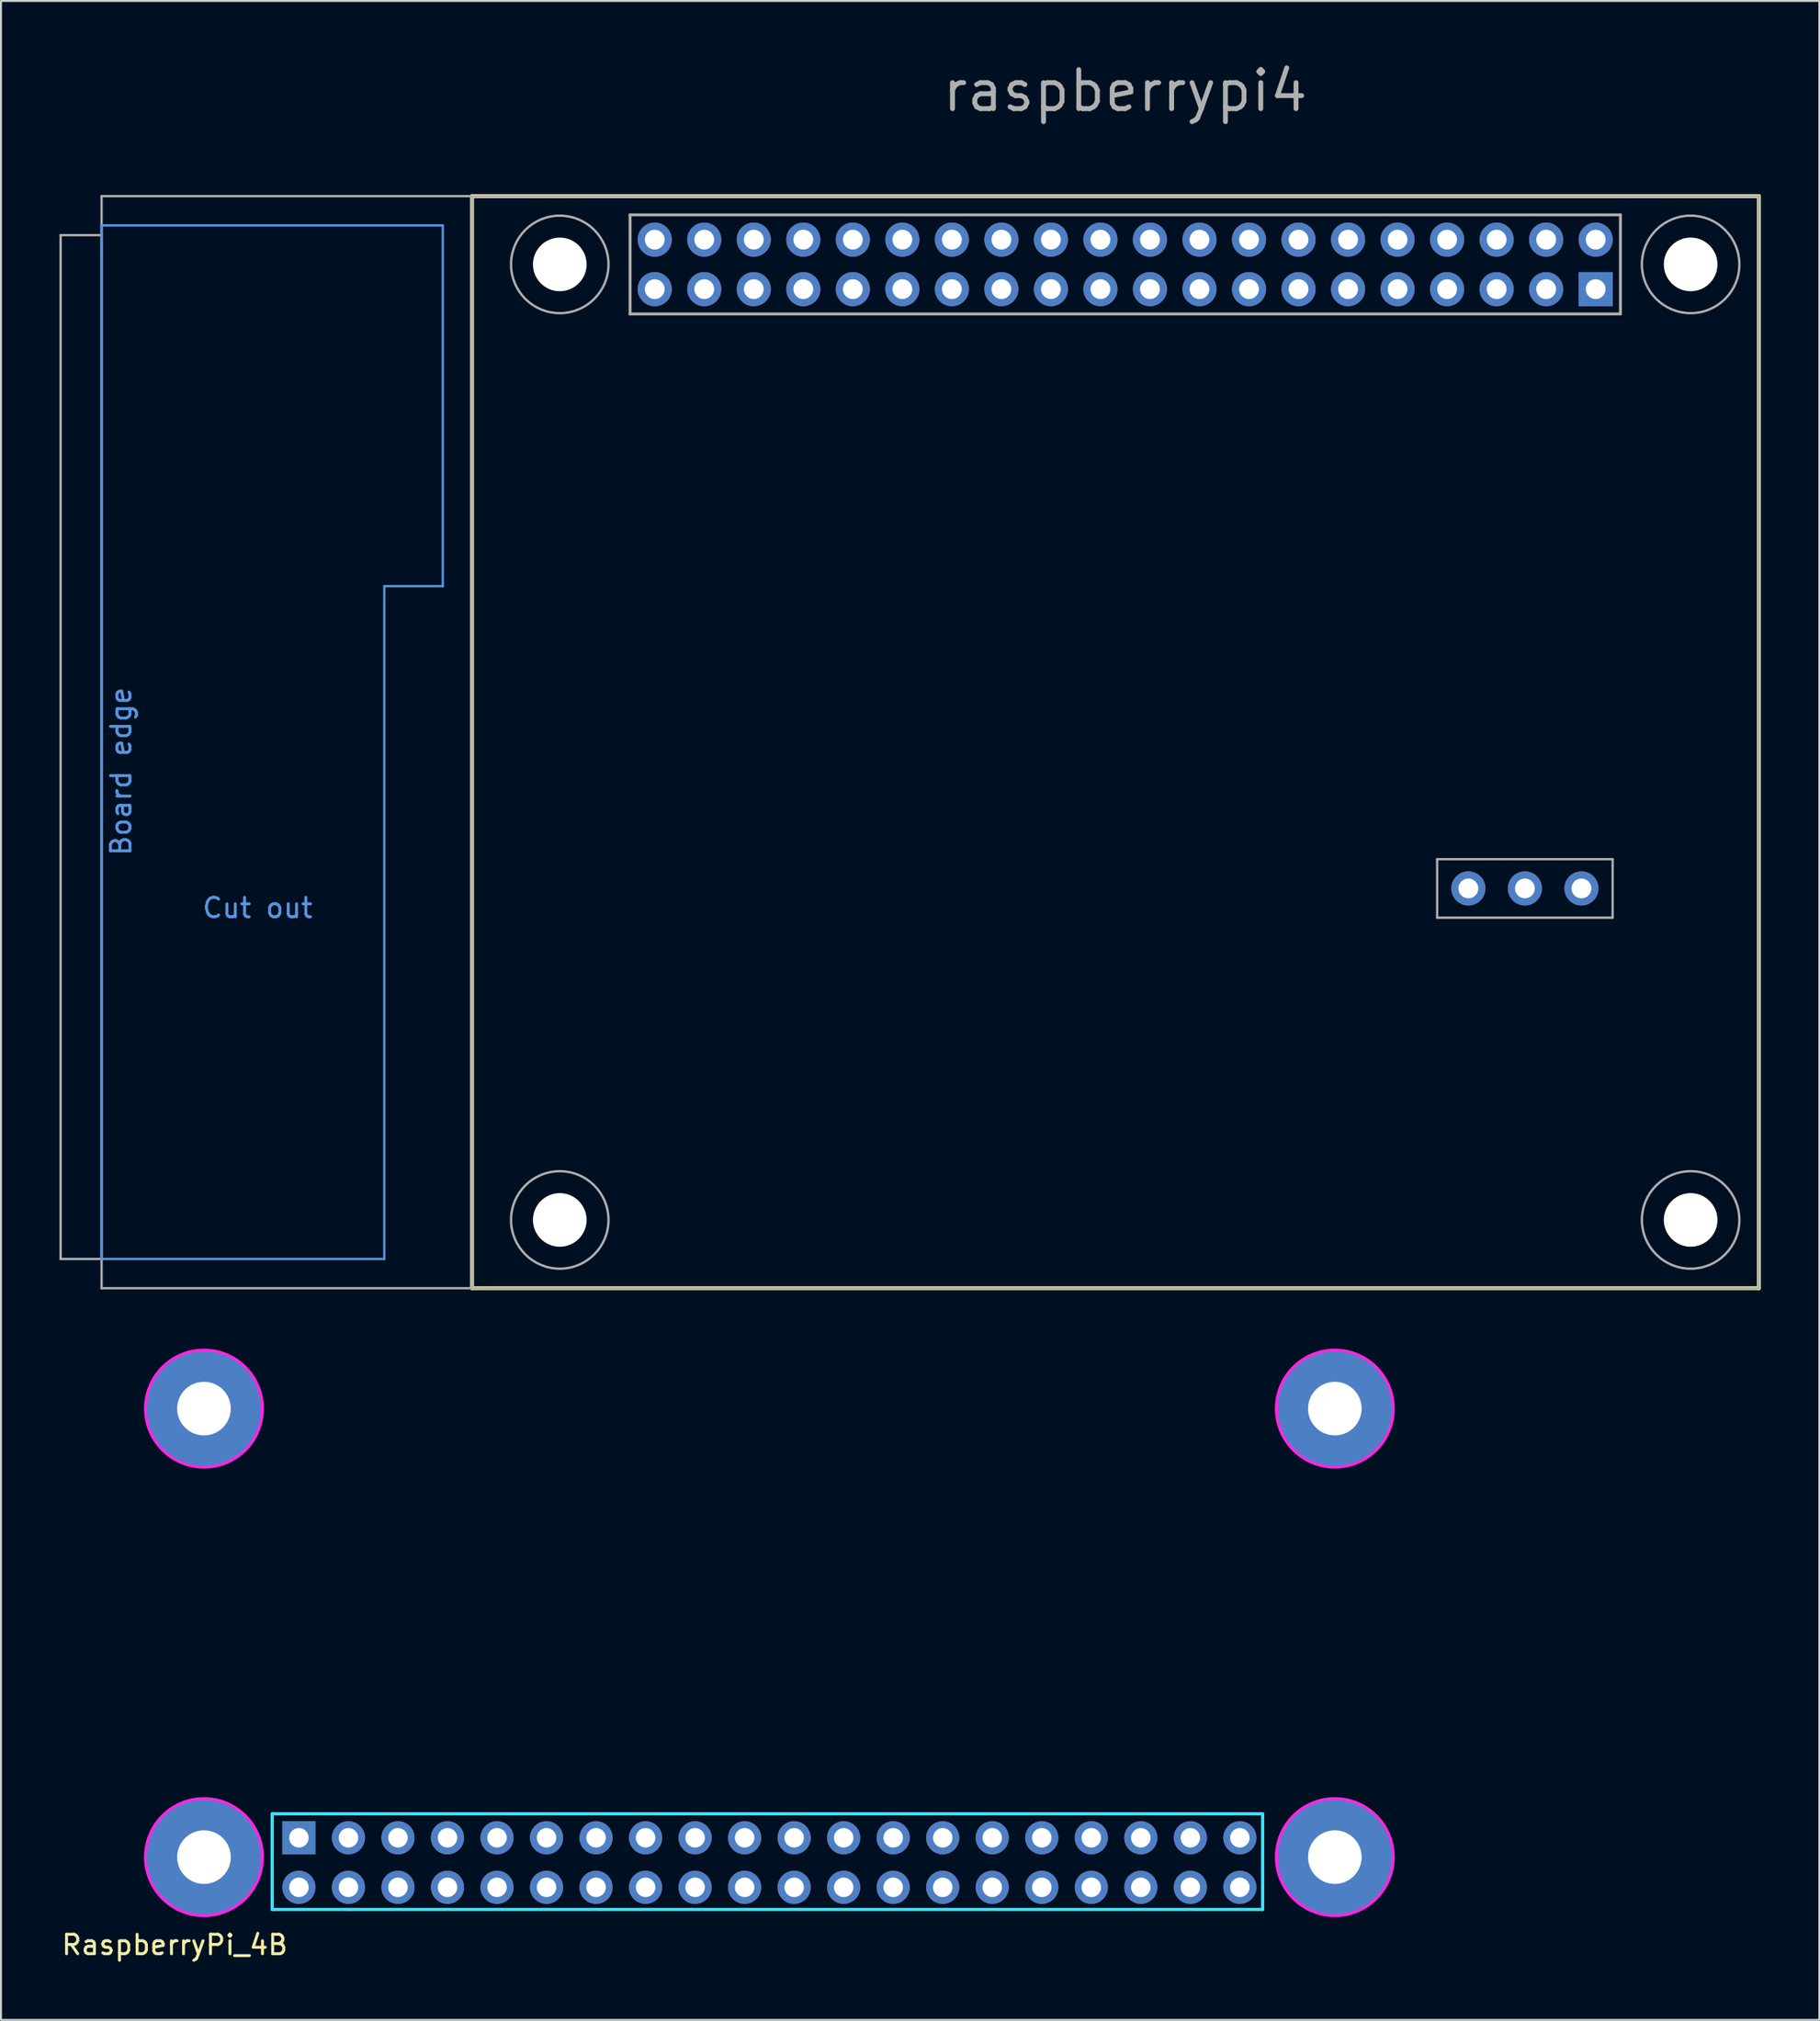
<source format=kicad_pcb>
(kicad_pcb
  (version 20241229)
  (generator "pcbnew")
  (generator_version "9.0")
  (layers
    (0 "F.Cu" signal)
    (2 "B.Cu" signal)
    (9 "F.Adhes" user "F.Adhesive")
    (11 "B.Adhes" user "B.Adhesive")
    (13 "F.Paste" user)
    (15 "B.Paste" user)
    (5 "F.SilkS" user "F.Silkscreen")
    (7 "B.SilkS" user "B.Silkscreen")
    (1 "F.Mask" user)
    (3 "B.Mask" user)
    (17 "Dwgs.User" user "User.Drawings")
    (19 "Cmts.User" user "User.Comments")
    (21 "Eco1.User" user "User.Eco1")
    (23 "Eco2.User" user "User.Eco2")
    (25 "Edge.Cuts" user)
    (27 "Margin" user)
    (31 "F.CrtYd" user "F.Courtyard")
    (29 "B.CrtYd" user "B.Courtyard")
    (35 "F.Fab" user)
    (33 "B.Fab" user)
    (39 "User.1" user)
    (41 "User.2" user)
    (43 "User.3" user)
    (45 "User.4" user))
  (footprint "raspberrypi4"
    (layer "F.Cu")
    (at 54.66 10.509)
    (property "Reference" "raspberrypi4" (at 0 -8.9 0) (layer "F.Fab") (effects (font (size 2 2) (thickness 0.25))))
    (attr through_hole)
    (fp_line (start -33.5 -3.5) (end -33.5 52.5) (stroke (width 0.2) (type solid)) (layer "F.SilkS"))
    (fp_line (start -33.5 -3.5) (end 32.5 -3.5) (stroke (width 0.2) (type solid)) (layer "F.SilkS"))
    (fp_line (start -33.5 52.5) (end 32.5 52.5) (stroke (width 0.2) (type solid)) (layer "F.SilkS"))
    (fp_line (start 32.5 -3.5) (end 32.5 52.5) (stroke (width 0.2) (type solid)) (layer "F.SilkS"))
    (fp_line (start -52.5 51) (end -52.5 -2) (stroke (width 0.12) (type solid)) (layer "Cmts.User"))
    (fp_line (start -38 16.5) (end -38 51) (stroke (width 0.12) (type solid)) (layer "Cmts.User"))
    (fp_line (start -38 16.5) (end -35 16.5) (stroke (width 0.12) (type solid)) (layer "Cmts.User"))
    (fp_line (start -38 51) (end -52.5 51) (stroke (width 0.12) (type solid)) (layer "Cmts.User"))
    (fp_line (start -35 -2) (end -52.5 -2) (stroke (width 0.12) (type solid)) (layer "Cmts.User"))
    (fp_line (start -35 -2) (end -35 16.5) (stroke (width 0.12) (type solid)) (layer "Cmts.User"))
    (fp_line (start -54.6 -1.5) (end -52.5 -1.5) (stroke (width 0.12) (type solid)) (layer "F.Fab"))
    (fp_line (start -54.6 51) (end -54.6 -1.5) (stroke (width 0.12) (type solid)) (layer "F.Fab"))
    (fp_line (start -52.5 -3.5) (end -52.5 52.5) (stroke (width 0.12) (type solid)) (layer "F.Fab"))
    (fp_line (start -52.5 51) (end -54.6 51) (stroke (width 0.12) (type solid)) (layer "F.Fab"))
    (fp_line (start -33.5 -3.5) (end -52.5 -3.5) (stroke (width 0.12) (type solid)) (layer "F.Fab"))
    (fp_line (start -33.5 -3.5) (end -33.5 52.5) (stroke (width 0.12) (type solid)) (layer "F.Fab"))
    (fp_line (start -33.5 52.5) (end -52.5 52.5) (stroke (width 0.12) (type solid)) (layer "F.Fab"))
    (fp_line (start -25.4 -2.54) (end 25.4 -2.54) (stroke (width 0.15) (type solid)) (layer "F.Fab"))
    (fp_line (start -25.395 -2.54) (end -25.395 2.54) (stroke (width 0.15) (type solid)) (layer "F.Fab"))
    (fp_line (start 16 30.5) (end 16 33.5) (stroke (width 0.12) (type solid)) (layer "F.Fab"))
    (fp_line (start 16 33.5) (end 25 33.5) (stroke (width 0.12) (type solid)) (layer "F.Fab"))
    (fp_line (start 25 30.5) (end 16 30.5) (stroke (width 0.12) (type solid)) (layer "F.Fab"))
    (fp_line (start 25 33.5) (end 25 30.5) (stroke (width 0.12) (type solid)) (layer "F.Fab"))
    (fp_line (start 25.4 2.54) (end -25.4 2.54) (stroke (width 0.15) (type solid)) (layer "F.Fab"))
    (fp_line (start 25.4 2.54) (end 25.4 -2.54) (stroke (width 0.15) (type solid)) (layer "F.Fab"))
    (fp_line (start 32.5 -3.5) (end -33.5 -3.5) (stroke (width 0.12) (type solid)) (layer "F.Fab"))
    (fp_line (start 32.5 -3.5) (end 32.5 52.5) (stroke (width 0.12) (type solid)) (layer "F.Fab"))
    (fp_line (start 32.5 52.5) (end -33.5 52.5) (stroke (width 0.12) (type solid)) (layer "F.Fab"))
    (fp_circle (center -29 0) (end -26.5 0) (stroke (width 0.12) (type solid)) (fill no) (layer "F.Fab"))
    (fp_circle (center -29 49) (end -26.5 49) (stroke (width 0.12) (type solid)) (fill no) (layer "F.Fab"))
    (fp_circle (center 29 0) (end 31.5 0) (stroke (width 0.12) (type solid)) (fill no) (layer "F.Fab"))
    (fp_circle (center 29 49) (end 31.5 49) (stroke (width 0.12) (type solid)) (fill no) (layer "F.Fab"))
    (fp_text user "Cut out" (at -44.5 33 0) (layer "Cmts.User") (effects (font (size 1 1) (thickness 0.15))))
    (fp_text user "Board edge" (at -51.5 26 90) (layer "Cmts.User") (effects (font (size 1 1) (thickness 0.15))))
    (pad "" np_thru_hole circle (at -29 0) (size 2.75 2.75) (drill 2.75) (layers "*.Cu" "*.Mask"))
    (pad "" np_thru_hole circle (at -29 49) (size 2.75 2.75) (drill 2.75) (layers "*.Cu" "*.Mask"))
    (pad "" np_thru_hole circle (at 29 0) (size 2.75 2.75) (drill 2.75) (layers "*.Cu" "*.Mask"))
    (pad "" np_thru_hole circle (at 29 49) (size 2.75 2.75) (drill 2.75) (layers "*.Cu" "*.Mask"))
    (pad "1" thru_hole rect (at 24.13 1.27 180) (size 1.75 1.75) (drill 1.016) (layers "*.Cu" "*.Mask"))
    (pad "2" thru_hole circle (at 24.13 -1.27 180) (size 1.75 1.75) (drill 1.016) (layers "*.Cu" "*.Mask"))
    (pad "3" thru_hole circle (at 21.59 1.27 180) (size 1.75 1.75) (drill 1.016) (layers "*.Cu" "*.Mask"))
    (pad "4" thru_hole circle (at 21.59 -1.27 180) (size 1.75 1.75) (drill 1.016) (layers "*.Cu" "*.Mask"))
    (pad "5" thru_hole circle (at 19.05 1.27 180) (size 1.75 1.75) (drill 1.016) (layers "*.Cu" "*.Mask"))
    (pad "6" thru_hole circle (at 19.05 -1.27 180) (size 1.75 1.75) (drill 1.016) (layers "*.Cu" "*.Mask"))
    (pad "7" thru_hole circle (at 16.51 1.27 180) (size 1.75 1.75) (drill 1.016) (layers "*.Cu" "*.Mask"))
    (pad "8" thru_hole circle (at 16.51 -1.27 180) (size 1.75 1.75) (drill 1.016) (layers "*.Cu" "*.Mask"))
    (pad "9" thru_hole circle (at 13.97 1.27 180) (size 1.75 1.75) (drill 1.016) (layers "*.Cu" "*.Mask"))
    (pad "10" thru_hole circle (at 13.97 -1.27 180) (size 1.75 1.75) (drill 1.016) (layers "*.Cu" "*.Mask"))
    (pad "11" thru_hole circle (at 11.43 1.27 180) (size 1.75 1.75) (drill 1.016) (layers "*.Cu" "*.Mask"))
    (pad "12" thru_hole circle (at 11.43 -1.27 180) (size 1.75 1.75) (drill 1.016) (layers "*.Cu" "*.Mask"))
    (pad "13" thru_hole circle (at 8.89 1.27 180) (size 1.75 1.75) (drill 1.016) (layers "*.Cu" "*.Mask"))
    (pad "14" thru_hole circle (at 8.89 -1.27 180) (size 1.75 1.75) (drill 1.016) (layers "*.Cu" "*.Mask"))
    (pad "15" thru_hole circle (at 6.35 1.27 180) (size 1.75 1.75) (drill 1.016) (layers "*.Cu" "*.Mask"))
    (pad "16" thru_hole circle (at 6.35 -1.27 180) (size 1.75 1.75) (drill 1.016) (layers "*.Cu" "*.Mask"))
    (pad "17" thru_hole circle (at 3.81 1.27 180) (size 1.75 1.75) (drill 1.016) (layers "*.Cu" "*.Mask"))
    (pad "18" thru_hole circle (at 3.81 -1.27 180) (size 1.75 1.75) (drill 1.016) (layers "*.Cu" "*.Mask"))
    (pad "19" thru_hole circle (at 1.27 1.27 180) (size 1.75 1.75) (drill 1.016) (layers "*.Cu" "*.Mask"))
    (pad "20" thru_hole circle (at 1.27 -1.27 180) (size 1.75 1.75) (drill 1.016) (layers "*.Cu" "*.Mask"))
    (pad "21" thru_hole circle (at -1.27 1.27 180) (size 1.75 1.75) (drill 1.016) (layers "*.Cu" "*.Mask"))
    (pad "22" thru_hole circle (at -1.27 -1.27 180) (size 1.75 1.75) (drill 1.016) (layers "*.Cu" "*.Mask"))
    (pad "23" thru_hole circle (at -3.81 1.27 180) (size 1.75 1.75) (drill 1.016) (layers "*.Cu" "*.Mask"))
    (pad "24" thru_hole circle (at -3.81 -1.27 180) (size 1.75 1.75) (drill 1.016) (layers "*.Cu" "*.Mask"))
    (pad "25" thru_hole circle (at -6.35 1.27 180) (size 1.75 1.75) (drill 1.016) (layers "*.Cu" "*.Mask"))
    (pad "26" thru_hole circle (at -6.35 -1.27 180) (size 1.75 1.75) (drill 1.016) (layers "*.Cu" "*.Mask"))
    (pad "27" thru_hole circle (at -8.89 1.27 180) (size 1.75 1.75) (drill 1.016) (layers "*.Cu" "*.Mask"))
    (pad "28" thru_hole circle (at -8.89 -1.27 180) (size 1.75 1.75) (drill 1.016) (layers "*.Cu" "*.Mask"))
    (pad "29" thru_hole circle (at -11.43 1.27 180) (size 1.75 1.75) (drill 1.016) (layers "*.Cu" "*.Mask"))
    (pad "30" thru_hole circle (at -11.43 -1.27 180) (size 1.75 1.75) (drill 1.016) (layers "*.Cu" "*.Mask"))
    (pad "31" thru_hole circle (at -13.97 1.27 180) (size 1.75 1.75) (drill 1.016) (layers "*.Cu" "*.Mask"))
    (pad "32" thru_hole circle (at -13.97 -1.27 180) (size 1.75 1.75) (drill 1.016) (layers "*.Cu" "*.Mask"))
    (pad "33" thru_hole circle (at -16.51 1.27 180) (size 1.75 1.75) (drill 1.016) (layers "*.Cu" "*.Mask"))
    (pad "34" thru_hole circle (at -16.51 -1.27 180) (size 1.75 1.75) (drill 1.016) (layers "*.Cu" "*.Mask"))
    (pad "35" thru_hole circle (at -19.05 1.27 180) (size 1.75 1.75) (drill 1.016) (layers "*.Cu" "*.Mask"))
    (pad "36" thru_hole circle (at -19.05 -1.27 180) (size 1.75 1.75) (drill 1.016) (layers "*.Cu" "*.Mask"))
    (pad "37" thru_hole circle (at -21.59 1.27 180) (size 1.75 1.75) (drill 1.016) (layers "*.Cu" "*.Mask"))
    (pad "38" thru_hole circle (at -21.59 -1.27 180) (size 1.75 1.75) (drill 1.016) (layers "*.Cu" "*.Mask"))
    (pad "39" thru_hole circle (at -24.13 1.27 180) (size 1.75 1.75) (drill 1.016) (layers "*.Cu" "*.Mask"))
    (pad "40" thru_hole circle (at -24.13 -1.27 180) (size 1.75 1.75) (drill 1.016) (layers "*.Cu" "*.Mask"))
    (pad "41" thru_hole circle (at 17.6 32) (size 1.75 1.75) (drill 1.016) (layers "*.Cu" "*.Mask"))
    (pad "42" thru_hole circle (at 20.5 32) (size 1.75 1.75) (drill 1.016) (layers "*.Cu" "*.Mask"))
    (pad "43" thru_hole circle (at 23.4 32) (size 1.75 1.75) (drill 1.016) (layers "*.Cu" "*.Mask")))
  (footprint "RaspberryPi_4B"
    (layer "F.Cu")
    (at 3.911 95.684)
    (property "Reference" "RaspberryPi_4B" (at 2 1 0) (layer "F.SilkS") (effects (font (size 1 1) (thickness 0.15))))
    (attr through_hole)
    (fp_line (start 7 -5.719) (end 7 -0.819) (stroke (width 0.15) (type solid)) (layer "B.SilkS"))
    (fp_line (start 7 -0.819) (end 10.9 -0.819) (stroke (width 0.15) (type solid)) (layer "B.SilkS"))
    (fp_line (start 10.9 -0.819) (end 57.8 -0.819) (stroke (width 0.15) (type solid)) (layer "B.SilkS"))
    (fp_line (start 57.8 -5.719) (end 7 -5.719) (stroke (width 0.15) (type solid)) (layer "B.SilkS"))
    (fp_line (start 57.8 -0.819) (end 57.8 -5.719) (stroke (width 0.15) (type solid)) (layer "B.SilkS"))
    (fp_line (start 7 -5.719) (end 10.6 -5.719) (stroke (width 0.15) (type solid)) (layer "B.CrtYd"))
    (fp_line (start 7 -0.819) (end 7 -5.719) (stroke (width 0.15) (type solid)) (layer "B.CrtYd"))
    (fp_line (start 10.6 -5.719) (end 57.8 -5.719) (stroke (width 0.15) (type solid)) (layer "B.CrtYd"))
    (fp_line (start 57.8 -5.719) (end 57.8 -0.819) (stroke (width 0.15) (type solid)) (layer "B.CrtYd"))
    (fp_line (start 57.8 -0.819) (end 7 -0.819) (stroke (width 0.15) (type solid)) (layer "B.CrtYd"))
    (fp_circle (center 3.5 -26.5) (end 6.5 -26.5) (stroke (width 0.15) (type solid)) (fill no) (layer "F.CrtYd"))
    (fp_circle (center 3.5 -3.5) (end 6.5 -3.5) (stroke (width 0.15) (type solid)) (fill no) (layer "F.CrtYd"))
    (fp_circle (center 61.5 -26.5) (end 64.5 -26.5) (stroke (width 0.15) (type solid)) (fill no) (layer "F.CrtYd"))
    (fp_circle (center 61.5 -3.5) (end 64.5 -3.5) (stroke (width 0.15) (type solid)) (fill no) (layer "F.CrtYd"))
    (pad "0" thru_hole circle (at 3.5 -26.5) (size 6 6) (drill 2.75) (layers "*.Cu" "*.Mask"))
    (pad "0" thru_hole circle (at 3.5 -3.5) (size 6 6) (drill 2.75) (layers "*.Cu" "*.Mask"))
    (pad "0" thru_hole circle (at 61.5 -26.5) (size 6 6) (drill 2.75) (layers "*.Cu" "*.Mask"))
    (pad "0" thru_hole circle (at 61.5 -3.5) (size 6 6) (drill 2.75) (layers "*.Cu" "*.Mask"))
    (pad "1" thru_hole rect (at 8.37 -4.491) (size 1.7 1.7) (drill 1) (layers "*.Cu" "*.Paste" "*.Mask"))
    (pad "2" thru_hole circle (at 8.37 -1.951) (size 1.7 1.7) (drill 1) (layers "*.Cu" "*.Paste" "*.Mask"))
    (pad "3" thru_hole circle (at 10.91 -4.491) (size 1.7 1.7) (drill 1) (layers "*.Cu" "*.Paste" "*.Mask"))
    (pad "4" thru_hole circle (at 10.91 -1.951) (size 1.7 1.7) (drill 1) (layers "*.Cu" "*.Paste" "*.Mask"))
    (pad "5" thru_hole circle (at 13.45 -4.491) (size 1.7 1.7) (drill 1) (layers "*.Cu" "*.Paste" "*.Mask"))
    (pad "6" thru_hole circle (at 13.45 -1.951) (size 1.7 1.7) (drill 1) (layers "*.Cu" "*.Paste" "*.Mask"))
    (pad "7" thru_hole circle (at 15.99 -4.491) (size 1.7 1.7) (drill 1) (layers "*.Cu" "*.Paste" "*.Mask"))
    (pad "8" thru_hole circle (at 15.99 -1.951) (size 1.7 1.7) (drill 1) (layers "*.Cu" "*.Paste" "*.Mask"))
    (pad "9" thru_hole circle (at 18.53 -4.491) (size 1.7 1.7) (drill 1) (layers "*.Cu" "*.Paste" "*.Mask"))
    (pad "10" thru_hole circle (at 18.53 -1.951) (size 1.7 1.7) (drill 1) (layers "*.Cu" "*.Paste" "*.Mask"))
    (pad "11" thru_hole circle (at 21.07 -4.491) (size 1.7 1.7) (drill 1) (layers "*.Cu" "*.Paste" "*.Mask"))
    (pad "12" thru_hole circle (at 21.07 -1.951) (size 1.7 1.7) (drill 1) (layers "*.Cu" "*.Paste" "*.Mask"))
    (pad "13" thru_hole circle (at 23.61 -4.491) (size 1.7 1.7) (drill 1) (layers "*.Cu" "*.Paste" "*.Mask"))
    (pad "14" thru_hole circle (at 23.61 -1.951) (size 1.7 1.7) (drill 1) (layers "*.Cu" "*.Paste" "*.Mask"))
    (pad "15" thru_hole circle (at 26.15 -4.491) (size 1.7 1.7) (drill 1) (layers "*.Cu" "*.Paste" "*.Mask"))
    (pad "16" thru_hole circle (at 26.15 -1.951) (size 1.7 1.7) (drill 1) (layers "*.Cu" "*.Paste" "*.Mask"))
    (pad "17" thru_hole circle (at 28.69 -4.491) (size 1.7 1.7) (drill 1) (layers "*.Cu" "*.Paste" "*.Mask"))
    (pad "18" thru_hole circle (at 28.69 -1.951) (size 1.7 1.7) (drill 1) (layers "*.Cu" "*.Paste" "*.Mask"))
    (pad "19" thru_hole circle (at 31.23 -4.491) (size 1.7 1.7) (drill 1) (layers "*.Cu" "*.Paste" "*.Mask"))
    (pad "20" thru_hole circle (at 31.23 -1.951) (size 1.7 1.7) (drill 1) (layers "*.Cu" "*.Paste" "*.Mask"))
    (pad "21" thru_hole circle (at 33.77 -4.491) (size 1.7 1.7) (drill 1) (layers "*.Cu" "*.Paste" "*.Mask"))
    (pad "22" thru_hole circle (at 33.77 -1.951) (size 1.7 1.7) (drill 1) (layers "*.Cu" "*.Paste" "*.Mask"))
    (pad "23" thru_hole circle (at 36.31 -4.491) (size 1.7 1.7) (drill 1) (layers "*.Cu" "*.Paste" "*.Mask"))
    (pad "24" thru_hole circle (at 36.31 -1.951) (size 1.7 1.7) (drill 1) (layers "*.Cu" "*.Paste" "*.Mask"))
    (pad "25" thru_hole circle (at 38.85 -4.491) (size 1.7 1.7) (drill 1) (layers "*.Cu" "*.Paste" "*.Mask"))
    (pad "26" thru_hole circle (at 38.85 -1.951) (size 1.7 1.7) (drill 1) (layers "*.Cu" "*.Paste" "*.Mask"))
    (pad "27" thru_hole circle (at 41.39 -4.491) (size 1.7 1.7) (drill 1) (layers "*.Cu" "*.Paste" "*.Mask"))
    (pad "28" thru_hole circle (at 41.39 -1.951) (size 1.7 1.7) (drill 1) (layers "*.Cu" "*.Paste" "*.Mask"))
    (pad "29" thru_hole circle (at 43.93 -4.491) (size 1.7 1.7) (drill 1) (layers "*.Cu" "*.Paste" "*.Mask"))
    (pad "30" thru_hole circle (at 43.93 -1.951) (size 1.7 1.7) (drill 1) (layers "*.Cu" "*.Paste" "*.Mask"))
    (pad "31" thru_hole circle (at 46.47 -4.491) (size 1.7 1.7) (drill 1) (layers "*.Cu" "*.Paste" "*.Mask"))
    (pad "32" thru_hole circle (at 46.47 -1.951) (size 1.7 1.7) (drill 1) (layers "*.Cu" "*.Paste" "*.Mask"))
    (pad "33" thru_hole circle (at 49.01 -4.491) (size 1.7 1.7) (drill 1) (layers "*.Cu" "*.Paste" "*.Mask"))
    (pad "34" thru_hole circle (at 49.01 -1.951) (size 1.7 1.7) (drill 1) (layers "*.Cu" "*.Paste" "*.Mask"))
    (pad "35" thru_hole circle (at 51.55 -4.491) (size 1.7 1.7) (drill 1) (layers "*.Cu" "*.Paste" "*.Mask"))
    (pad "36" thru_hole circle (at 51.55 -1.951) (size 1.7 1.7) (drill 1) (layers "*.Cu" "*.Paste" "*.Mask"))
    (pad "37" thru_hole circle (at 54.09 -4.491) (size 1.7 1.7) (drill 1) (layers "*.Cu" "*.Paste" "*.Mask"))
    (pad "38" thru_hole circle (at 54.09 -1.951) (size 1.7 1.7) (drill 1) (layers "*.Cu" "*.Paste" "*.Mask"))
    (pad "39" thru_hole circle (at 56.63 -4.491) (size 1.7 1.7) (drill 1) (layers "*.Cu" "*.Paste" "*.Mask"))
    (pad "40" thru_hole circle (at 56.63 -1.951) (size 1.7 1.7) (drill 1) (layers "*.Cu" "*.Paste" "*.Mask")))
  (gr_rect
    (start -3 -3)
    (end 90.26 100.532)
    (stroke (width 0.1) (type default))
    (fill no)
    (layer "Edge.Cuts")))
</source>
